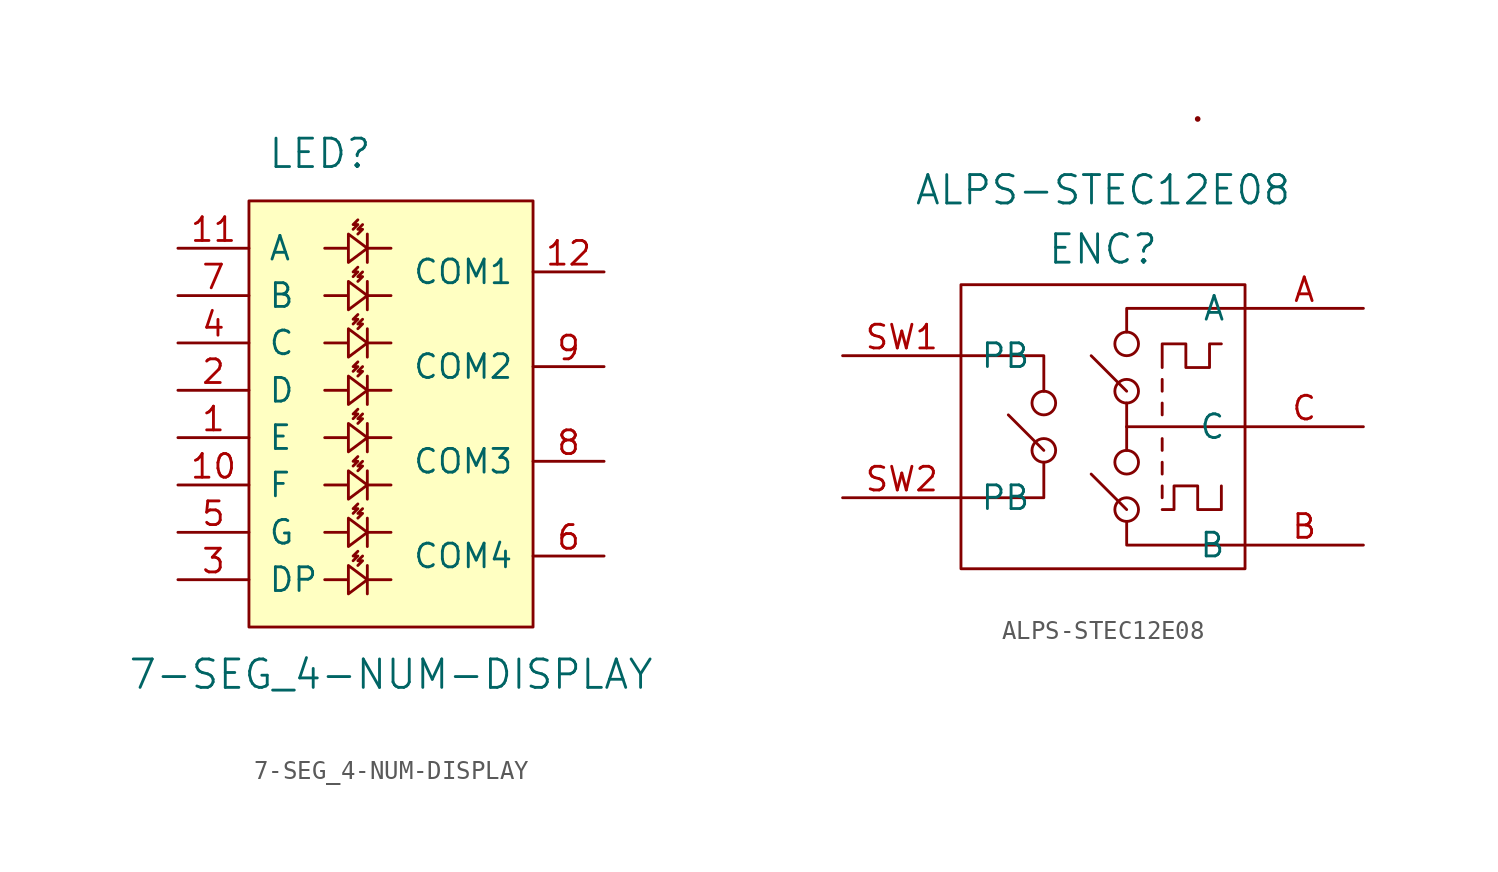
<source format=kicad_sym>
(kicad_symbol_lib
  (version 20231120)
  (generator "kicad_symbol_editor")
  (generator_version "8.0")
  (symbol "7-SEG_4-NUM-DISPLAY"
    (pin_names
      (offset 1.016))
    (property "Reference" "LED"
      (at -3.81 13.97 0)
      (effects (font (size 1.524 1.524))))
    (property "Value" "7-SEG_4-NUM-DISPLAY"
      (at 0 -13.97 0)
      (effects (font (size 1.524 1.524))))
    (property "Footprint" ""
      (at 0 0 0)
      (effects (font (size 1.524 1.524))))
    (property "Datasheet" ""
      (at 0 0 0)
      (effects (font (size 1.524 1.524))))
    (symbol "7-SEG_4-NUM-DISPLAY_0_1"
      (rectangle (start -7.62 11.43) (end 7.62 -11.43) (stroke (width 0) (type default)) (fill (type background)))
      (polyline (pts (xy -1.27 -9.652) (xy -1.27 -8.128)) (stroke (width 0) (type default)) (fill (type none)))
      (polyline (pts (xy -1.27 -8.89) (xy 0 -8.89)) (stroke (width 0) (type default)) (fill (type none)))
      (polyline (pts (xy -1.27 -7.112) (xy -1.27 -5.588)) (stroke (width 0) (type default)) (fill (type none)))
      (polyline (pts (xy -1.27 -6.35) (xy 0 -6.35)) (stroke (width 0) (type default)) (fill (type none)))
      (polyline (pts (xy -1.27 -4.572) (xy -1.27 -3.048)) (stroke (width 0) (type default)) (fill (type none)))
      (polyline (pts (xy -1.27 -3.81) (xy 0 -3.81)) (stroke (width 0) (type default)) (fill (type none)))
      (polyline (pts (xy -1.27 -2.032) (xy -1.27 -0.508)) (stroke (width 0) (type default)) (fill (type none)))
      (polyline (pts (xy -1.27 -1.27) (xy 0 -1.27)) (stroke (width 0) (type default)) (fill (type none)))
      (polyline (pts (xy -1.27 0.508) (xy -1.27 2.032)) (stroke (width 0) (type default)) (fill (type none)))
      (polyline (pts (xy -1.27 1.27) (xy 0 1.27)) (stroke (width 0) (type default)) (fill (type none)))
      (polyline (pts (xy -1.27 3.048) (xy -1.27 4.572)) (stroke (width 0) (type default)) (fill (type none)))
      (polyline (pts (xy -1.27 3.81) (xy 0 3.81)) (stroke (width 0) (type default)) (fill (type none)))
      (polyline (pts (xy -1.27 5.588) (xy -1.27 7.112)) (stroke (width 0) (type default)) (fill (type none)))
      (polyline (pts (xy -1.27 6.35) (xy 0 6.35)) (stroke (width 0) (type default)) (fill (type none)))
      (polyline (pts (xy -1.27 8.128) (xy -1.27 9.652)) (stroke (width 0) (type default)) (fill (type none)))
      (polyline (pts (xy -1.27 8.89) (xy 0 8.89)) (stroke (width 0) (type default)) (fill (type none)))
      (polyline (pts (xy -2.032 -7.874) (xy -1.778 -7.62) (xy -2.032 -7.62) (xy -1.778 -7.366)) (stroke (width 0) (type default)) (fill (type none)))
      (polyline (pts (xy -2.032 -5.334) (xy -1.778 -5.08) (xy -2.032 -5.08) (xy -1.778 -4.826)) (stroke (width 0) (type default)) (fill (type none)))
      (polyline (pts (xy -2.032 -2.794) (xy -1.778 -2.54) (xy -2.032 -2.54) (xy -1.778 -2.286)) (stroke (width 0) (type default)) (fill (type none)))
      (polyline (pts (xy -2.032 -0.254) (xy -1.778 0) (xy -2.032 0) (xy -1.778 0.254)) (stroke (width 0) (type default)) (fill (type none)))
      (polyline (pts (xy -2.032 2.286) (xy -1.778 2.54) (xy -2.032 2.54) (xy -1.778 2.794)) (stroke (width 0) (type default)) (fill (type none)))
      (polyline (pts (xy -2.032 4.826) (xy -1.778 5.08) (xy -2.032 5.08) (xy -1.778 5.334)) (stroke (width 0) (type default)) (fill (type none)))
      (polyline (pts (xy -2.032 7.366) (xy -1.778 7.62) (xy -2.032 7.62) (xy -1.778 7.874)) (stroke (width 0) (type default)) (fill (type none)))
      (polyline (pts (xy -2.032 9.906) (xy -1.778 10.16) (xy -2.032 10.16) (xy -1.778 10.414)) (stroke (width 0) (type default)) (fill (type none)))
      (polyline (pts (xy -1.778 -8.128) (xy -1.524 -7.874) (xy -1.778 -7.874) (xy -1.524 -7.62)) (stroke (width 0) (type default)) (fill (type none)))
      (polyline (pts (xy -1.778 -5.588) (xy -1.524 -5.334) (xy -1.778 -5.334) (xy -1.524 -5.08)) (stroke (width 0) (type default)) (fill (type none)))
      (polyline (pts (xy -1.778 -3.048) (xy -1.524 -2.794) (xy -1.778 -2.794) (xy -1.524 -2.54)) (stroke (width 0) (type default)) (fill (type none)))
      (polyline (pts (xy -1.778 -0.508) (xy -1.524 -0.254) (xy -1.778 -0.254) (xy -1.524 0)) (stroke (width 0) (type default)) (fill (type none)))
      (polyline (pts (xy -1.778 2.032) (xy -1.524 2.286) (xy -1.778 2.286) (xy -1.524 2.54)) (stroke (width 0) (type default)) (fill (type none)))
      (polyline (pts (xy -1.778 4.572) (xy -1.524 4.826) (xy -1.778 4.826) (xy -1.524 5.08)) (stroke (width 0) (type default)) (fill (type none)))
      (polyline (pts (xy -1.778 7.112) (xy -1.524 7.366) (xy -1.778 7.366) (xy -1.524 7.62)) (stroke (width 0) (type default)) (fill (type none)))
      (polyline (pts (xy -1.778 9.652) (xy -1.524 9.906) (xy -1.778 9.906) (xy -1.524 10.16)) (stroke (width 0) (type default)) (fill (type none)))
      (polyline (pts (xy -3.556 -8.89) (xy -2.286 -8.89) (xy -2.286 -8.128) (xy -1.27 -8.89) (xy -2.286 -9.652) (xy -2.286 -8.89)) (stroke (width 0) (type default)) (fill (type none)))
      (polyline (pts (xy -3.556 -6.35) (xy -2.286 -6.35) (xy -2.286 -5.588) (xy -1.27 -6.35) (xy -2.286 -7.112) (xy -2.286 -6.35)) (stroke (width 0) (type default)) (fill (type none)))
      (polyline (pts (xy -3.556 -3.81) (xy -2.286 -3.81) (xy -2.286 -3.048) (xy -1.27 -3.81) (xy -2.286 -4.572) (xy -2.286 -3.81)) (stroke (width 0) (type default)) (fill (type none)))
      (polyline (pts (xy -3.556 -1.27) (xy -2.286 -1.27) (xy -2.286 -0.508) (xy -1.27 -1.27) (xy -2.286 -2.032) (xy -2.286 -1.27)) (stroke (width 0) (type default)) (fill (type none)))
      (polyline (pts (xy -3.556 1.27) (xy -2.286 1.27) (xy -2.286 2.032) (xy -1.27 1.27) (xy -2.286 0.508) (xy -2.286 1.27)) (stroke (width 0) (type default)) (fill (type none)))
      (polyline (pts (xy -3.556 3.81) (xy -2.286 3.81) (xy -2.286 4.572) (xy -1.27 3.81) (xy -2.286 3.048) (xy -2.286 3.81)) (stroke (width 0) (type default)) (fill (type none)))
      (polyline (pts (xy -3.556 6.35) (xy -2.286 6.35) (xy -2.286 7.112) (xy -1.27 6.35) (xy -2.286 5.588) (xy -2.286 6.35)) (stroke (width 0) (type default)) (fill (type none)))
      (polyline (pts (xy -3.556 8.89) (xy -2.286 8.89) (xy -2.286 9.652) (xy -1.27 8.89) (xy -2.286 8.128) (xy -2.286 8.89)) (stroke (width 0) (type default)) (fill (type none))))
    (symbol "7-SEG_4-NUM-DISPLAY_1_1"
      (pin passive line (at -11.43 -1.27 0) (length 3.81) (name "E" (effects (font (size 1.27 1.27)))) (number "1" (effects (font (size 1.27 1.27)))))
      (pin passive line (at -11.43 -3.81 0) (length 3.81) (name "F" (effects (font (size 1.27 1.27)))) (number "10" (effects (font (size 1.27 1.27)))))
      (pin passive line (at -11.43 8.89 0) (length 3.81) (name "A" (effects (font (size 1.27 1.27)))) (number "11" (effects (font (size 1.27 1.27)))))
      (pin passive line (at 11.43 7.62 180) (length 3.81) (name "COM1" (effects (font (size 1.27 1.27)))) (number "12" (effects (font (size 1.27 1.27)))))
      (pin passive line (at -11.43 1.27 0) (length 3.81) (name "D" (effects (font (size 1.27 1.27)))) (number "2" (effects (font (size 1.27 1.27)))))
      (pin passive line (at -11.43 -8.89 0) (length 3.81) (name "DP" (effects (font (size 1.27 1.27)))) (number "3" (effects (font (size 1.27 1.27)))))
      (pin passive line (at -11.43 3.81 0) (length 3.81) (name "C" (effects (font (size 1.27 1.27)))) (number "4" (effects (font (size 1.27 1.27)))))
      (pin passive line (at -11.43 -6.35 0) (length 3.81) (name "G" (effects (font (size 1.27 1.27)))) (number "5" (effects (font (size 1.27 1.27)))))
      (pin passive line (at 11.43 -7.62 180) (length 3.81) (name "COM4" (effects (font (size 1.27 1.27)))) (number "6" (effects (font (size 1.27 1.27)))))
      (pin passive line (at -11.43 6.35 0) (length 3.81) (name "B" (effects (font (size 1.27 1.27)))) (number "7" (effects (font (size 1.27 1.27)))))
      (pin passive line (at 11.43 -2.54 180) (length 3.81) (name "COM3" (effects (font (size 1.27 1.27)))) (number "8" (effects (font (size 1.27 1.27)))))
      (pin passive line (at 11.43 2.54 180) (length 3.81) (name "COM2" (effects (font (size 1.27 1.27)))) (number "9" (effects (font (size 1.27 1.27)))))))
  (symbol "ALPS-STEC12E08"
    (pin_names
      (offset 1.016))
    (property "Reference" "ENC"
      (at 0 9.525 0)
      (effects (font (size 1.524 1.524))))
    (property "Value" "ALPS-STEC12E08"
      (at 0 12.7 0)
      (effects (font (size 1.524 1.524))))
    (property "Footprint" ""
      (at 0 0 0)
      (effects (font (size 1.524 1.524))))
    (property "Datasheet" ""
      (at 0 0 0)
      (effects (font (size 1.524 1.524))))
    (symbol "ALPS-STEC12E08_0_1"
      (rectangle (start -7.62 -7.62) (end 7.62 7.62) (stroke (width 0) (type default)) (fill (type none)))
      (circle (center -3.175 -1.27) (radius 0.635) (stroke (width 0) (type default)) (fill (type none)))
      (circle (center -3.175 1.27) (radius 0.635) (stroke (width 0) (type default)) (fill (type none)))
      (polyline (pts (xy -3.175 -1.27) (xy -5.08 0.635)) (stroke (width 0) (type default)) (fill (type none)))
      (polyline (pts (xy 1.27 -4.445) (xy -0.635 -2.54)) (stroke (width 0) (type default)) (fill (type none)))
      (polyline (pts (xy 1.27 0) (xy 1.27 -1.27)) (stroke (width 0) (type default)) (fill (type none)))
      (polyline (pts (xy 1.27 0) (xy 7.62 0)) (stroke (width 0) (type default)) (fill (type none)))
      (polyline (pts (xy 1.27 1.27) (xy 1.27 0)) (stroke (width 0) (type default)) (fill (type none)))
      (polyline (pts (xy 1.27 1.905) (xy -0.635 3.81)) (stroke (width 0) (type default)) (fill (type none)))
      (polyline (pts (xy 3.175 -3.175) (xy 3.175 -3.81)) (stroke (width 0) (type default)) (fill (type none)))
      (polyline (pts (xy 3.175 -1.905) (xy 3.175 -2.54)) (stroke (width 0) (type default)) (fill (type none)))
      (polyline (pts (xy 3.175 -0.635) (xy 3.175 -1.27)) (stroke (width 0) (type default)) (fill (type none)))
      (polyline (pts (xy 3.175 1.27) (xy 3.175 0.635)) (stroke (width 0) (type default)) (fill (type none)))
      (polyline (pts (xy 3.175 2.54) (xy 3.175 1.905)) (stroke (width 0) (type default)) (fill (type none)))
      (polyline (pts (xy -7.62 -3.81) (xy -3.175 -3.81) (xy -3.175 -1.905)) (stroke (width 0) (type default)) (fill (type none)))
      (polyline (pts (xy -7.62 3.81) (xy -3.175 3.81) (xy -3.175 1.905)) (stroke (width 0) (type default)) (fill (type none)))
      (polyline (pts (xy 1.27 -5.08) (xy 1.27 -6.35) (xy 7.62 -6.35)) (stroke (width 0) (type default)) (fill (type none)))
      (polyline (pts (xy 1.27 5.08) (xy 1.27 6.35) (xy 7.62 6.35)) (stroke (width 0) (type default)) (fill (type none)))
      (polyline (pts (xy 3.175 -4.445) (xy 3.81 -4.445) (xy 3.81 -3.175) (xy 5.08 -3.175) (xy 5.08 -4.445) (xy 6.35 -4.445) (xy 6.35 -3.175)) (stroke (width 0) (type default)) (fill (type none)))
      (polyline (pts (xy 3.175 3.175) (xy 3.175 4.445) (xy 4.445 4.445) (xy 4.445 3.175) (xy 5.715 3.175) (xy 5.715 4.445) (xy 6.35 4.445)) (stroke (width 0) (type default)) (fill (type none)))
      (circle (center 1.27 -4.445) (radius 0.635) (stroke (width 0) (type default)) (fill (type none)))
      (circle (center 1.27 -1.905) (radius 0.635) (stroke (width 0) (type default)) (fill (type none)))
      (circle (center 1.27 1.905) (radius 0.635) (stroke (width 0) (type default)) (fill (type none)))
      (circle (center 1.27 4.445) (radius 0.635) (stroke (width 0) (type default)) (fill (type none)))
      (circle (center 5.08 16.51) (radius 0.0001) (stroke (width 0) (type default)) (fill (type none))))
    (symbol "ALPS-STEC12E08_1_1"
      (pin passive line (at 13.97 6.35 180) (length 6.35) (name "A" (effects (font (size 1.27 1.27)))) (number "A" (effects (font (size 1.27 1.27)))))
      (pin passive line (at 13.97 -6.35 180) (length 6.35) (name "B" (effects (font (size 1.27 1.27)))) (number "B" (effects (font (size 1.27 1.27)))))
      (pin passive line (at 13.97 0 180) (length 6.35) (name "C" (effects (font (size 1.27 1.27)))) (number "C" (effects (font (size 1.27 1.27)))))
      (pin passive line (at -13.97 3.81 0) (length 6.35) (name "PB" (effects (font (size 1.27 1.27)))) (number "SW1" (effects (font (size 1.27 1.27)))))
      (pin passive line (at -13.97 -3.81 0) (length 6.35) (name "PB" (effects (font (size 1.27 1.27)))) (number "SW2" (effects (font (size 1.27 1.27))))))))
</source>
